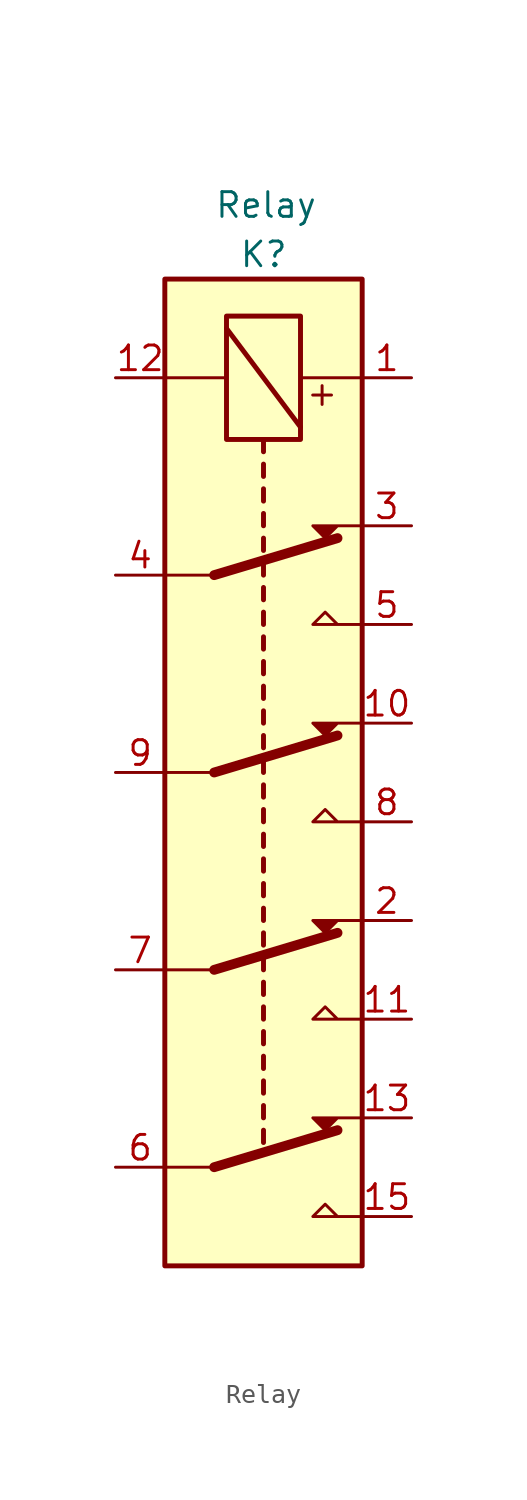
<source format=kicad_sym>
(kicad_symbol_lib
  (version 20220914)
  (generator kicad_symbol_editor)
  (symbol "Relay"
    (property "Reference" "K"
      (at 19.05 29.21 0)
      (effects (font (size 1.27 1.27)) (justify left)))
    (property "Value" "Relay"
      (at 17.78 31.75 0)
      (effects (font (size 1.27 1.27)) (justify left)))
    (symbol "Relay_1_1"
      (polyline (pts (xy 15.24 22.86) (xy 18.415 22.86)) (stroke (width 0) (type default)) (fill (type none)))
      (polyline (pts (xy 17.78 -17.78) (xy 15.24 -17.78)) (stroke (width 0) (type default)) (fill (type none)))
      (polyline (pts (xy 17.78 -17.78) (xy 24.13 -15.875)) (stroke (width 0.508) (type default)) (fill (type none)))
      (polyline (pts (xy 17.78 -7.62) (xy 15.24 -7.62)) (stroke (width 0) (type default)) (fill (type none)))
      (polyline (pts (xy 17.78 -7.62) (xy 24.13 -5.715)) (stroke (width 0.508) (type default)) (fill (type none)))
      (polyline (pts (xy 17.78 2.54) (xy 15.24 2.54)) (stroke (width 0) (type default)) (fill (type none)))
      (polyline (pts (xy 17.78 2.54) (xy 24.13 4.445)) (stroke (width 0.508) (type default)) (fill (type none)))
      (polyline (pts (xy 17.78 12.7) (xy 15.24 12.7)) (stroke (width 0) (type default)) (fill (type none)))
      (polyline (pts (xy 17.78 12.7) (xy 24.13 14.605)) (stroke (width 0.508) (type default)) (fill (type none)))
      (polyline (pts (xy 18.415 25.4) (xy 22.225 20.32)) (stroke (width 0.254) (type default)) (fill (type none)))
      (polyline (pts (xy 20.32 -15.875) (xy 20.32 -16.51)) (stroke (width 0.254) (type default)) (fill (type none)))
      (polyline (pts (xy 20.32 -14.605) (xy 20.32 -15.24)) (stroke (width 0.254) (type default)) (fill (type none)))
      (polyline (pts (xy 20.32 -13.335) (xy 20.32 -13.97)) (stroke (width 0.254) (type default)) (fill (type none)))
      (polyline (pts (xy 20.32 -12.065) (xy 20.32 -12.7)) (stroke (width 0.254) (type default)) (fill (type none)))
      (polyline (pts (xy 20.32 -10.795) (xy 20.32 -11.43)) (stroke (width 0.254) (type default)) (fill (type none)))
      (polyline (pts (xy 20.32 -9.525) (xy 20.32 -10.16)) (stroke (width 0.254) (type default)) (fill (type none)))
      (polyline (pts (xy 20.32 -8.255) (xy 20.32 -8.89)) (stroke (width 0.254) (type default)) (fill (type none)))
      (polyline (pts (xy 20.32 -6.985) (xy 20.32 -7.62)) (stroke (width 0.254) (type default)) (fill (type none)))
      (polyline (pts (xy 20.32 -5.715) (xy 20.32 -6.35)) (stroke (width 0.254) (type default)) (fill (type none)))
      (polyline (pts (xy 20.32 -4.445) (xy 20.32 -5.08)) (stroke (width 0.254) (type default)) (fill (type none)))
      (polyline (pts (xy 20.32 -3.175) (xy 20.32 -3.81)) (stroke (width 0.254) (type default)) (fill (type none)))
      (polyline (pts (xy 20.32 -1.905) (xy 20.32 -2.54)) (stroke (width 0.254) (type default)) (fill (type none)))
      (polyline (pts (xy 20.32 -0.635) (xy 20.32 -1.27)) (stroke (width 0.254) (type default)) (fill (type none)))
      (polyline (pts (xy 20.32 0.635) (xy 20.32 0)) (stroke (width 0.254) (type default)) (fill (type none)))
      (polyline (pts (xy 20.32 1.905) (xy 20.32 1.27)) (stroke (width 0.254) (type default)) (fill (type none)))
      (polyline (pts (xy 20.32 3.175) (xy 20.32 2.54)) (stroke (width 0.254) (type default)) (fill (type none)))
      (polyline (pts (xy 20.32 4.445) (xy 20.32 3.81)) (stroke (width 0.254) (type default)) (fill (type none)))
      (polyline (pts (xy 20.32 5.715) (xy 20.32 5.08)) (stroke (width 0.254) (type default)) (fill (type none)))
      (polyline (pts (xy 20.32 6.985) (xy 20.32 6.35)) (stroke (width 0.254) (type default)) (fill (type none)))
      (polyline (pts (xy 20.32 8.255) (xy 20.32 7.62)) (stroke (width 0.254) (type default)) (fill (type none)))
      (polyline (pts (xy 20.32 9.525) (xy 20.32 8.89)) (stroke (width 0.254) (type default)) (fill (type none)))
      (polyline (pts (xy 20.32 10.795) (xy 20.32 10.16)) (stroke (width 0.254) (type default)) (fill (type none)))
      (polyline (pts (xy 20.32 12.065) (xy 20.32 11.43)) (stroke (width 0.254) (type default)) (fill (type none)))
      (polyline (pts (xy 20.32 13.335) (xy 20.32 12.7)) (stroke (width 0.254) (type default)) (fill (type none)))
      (polyline (pts (xy 20.32 14.605) (xy 20.32 13.97)) (stroke (width 0.254) (type default)) (fill (type none)))
      (polyline (pts (xy 20.32 15.875) (xy 20.32 15.24)) (stroke (width 0.254) (type default)) (fill (type none)))
      (polyline (pts (xy 20.32 17.145) (xy 20.32 16.51)) (stroke (width 0.254) (type default)) (fill (type none)))
      (polyline (pts (xy 20.32 18.415) (xy 20.32 17.78)) (stroke (width 0.254) (type default)) (fill (type none)))
      (polyline (pts (xy 20.32 19.685) (xy 20.32 19.05)) (stroke (width 0.254) (type default)) (fill (type none)))
      (polyline (pts (xy 25.4 22.86) (xy 22.225 22.86)) (stroke (width 0) (type default)) (fill (type none)))
      (polyline (pts (xy 25.4 -20.32) (xy 22.86 -20.32) (xy 23.495 -19.685) (xy 24.13 -20.32)) (stroke (width 0) (type default)) (fill (type none)))
      (polyline (pts (xy 25.4 -15.24) (xy 22.86 -15.24) (xy 23.495 -15.875) (xy 24.13 -15.24)) (stroke (width 0) (type default)) (fill (type outline)))
      (polyline (pts (xy 25.4 -10.16) (xy 22.86 -10.16) (xy 23.495 -9.525) (xy 24.13 -10.16)) (stroke (width 0) (type default)) (fill (type none)))
      (polyline (pts (xy 25.4 -5.08) (xy 22.86 -5.08) (xy 23.495 -5.715) (xy 24.13 -5.08)) (stroke (width 0) (type default)) (fill (type outline)))
      (polyline (pts (xy 25.4 0) (xy 22.86 0) (xy 23.495 0.635) (xy 24.13 0)) (stroke (width 0) (type default)) (fill (type none)))
      (polyline (pts (xy 25.4 5.08) (xy 22.86 5.08) (xy 23.495 4.445) (xy 24.13 5.08)) (stroke (width 0) (type default)) (fill (type outline)))
      (polyline (pts (xy 25.4 10.16) (xy 22.86 10.16) (xy 23.495 10.795) (xy 24.13 10.16)) (stroke (width 0) (type default)) (fill (type none)))
      (polyline (pts (xy 25.4 15.24) (xy 22.86 15.24) (xy 23.495 14.605) (xy 24.13 15.24)) (stroke (width 0) (type default)) (fill (type outline)))
      (rectangle (start 15.24 27.94) (end 25.4 -22.86) (stroke (width 0.254) (type default)) (fill (type background)))
      (rectangle (start 22.225 26.035) (end 18.415 19.685) (stroke (width 0.254) (type default)) (fill (type none)))
      (text "+" (at 23.241 21.971 900) (effects (font (size 1.27 1.27))))
      (pin passive line (at 27.94 22.86 180) (length 2.54) (name "~" (effects (font (size 1.27 1.27)))) (number "1" (effects (font (size 1.27 1.27)))))
      (pin passive line (at 27.94 5.08 180) (length 2.54) (name "~" (effects (font (size 1.27 1.27)))) (number "10" (effects (font (size 1.27 1.27)))))
      (pin passive line (at 27.94 -10.16 180) (length 2.54) (name "~" (effects (font (size 1.27 1.27)))) (number "11" (effects (font (size 1.27 1.27)))))
      (pin passive line (at 12.7 22.86 0) (length 2.54) (name "~" (effects (font (size 1.27 1.27)))) (number "12" (effects (font (size 1.27 1.27)))))
      (pin passive line (at 27.94 -15.24 180) (length 2.54) (name "~" (effects (font (size 1.27 1.27)))) (number "13" (effects (font (size 1.27 1.27)))))
      (pin passive line (at 27.94 -20.32 180) (length 2.54) (name "~" (effects (font (size 1.27 1.27)))) (number "15" (effects (font (size 1.27 1.27)))))
      (pin passive line (at 27.94 -5.08 180) (length 2.54) (name "~" (effects (font (size 1.27 1.27)))) (number "2" (effects (font (size 1.27 1.27)))))
      (pin passive line (at 27.94 15.24 180) (length 2.54) (name "~" (effects (font (size 1.27 1.27)))) (number "3" (effects (font (size 1.27 1.27)))))
      (pin passive line (at 12.7 12.7 0) (length 2.54) (name "~" (effects (font (size 1.27 1.27)))) (number "4" (effects (font (size 1.27 1.27)))))
      (pin passive line (at 27.94 10.16 180) (length 2.54) (name "~" (effects (font (size 1.27 1.27)))) (number "5" (effects (font (size 1.27 1.27)))))
      (pin passive line (at 12.7 -17.78 0) (length 2.54) (name "~" (effects (font (size 1.27 1.27)))) (number "6" (effects (font (size 1.27 1.27)))))
      (pin passive line (at 12.7 -7.62 0) (length 2.54) (name "~" (effects (font (size 1.27 1.27)))) (number "7" (effects (font (size 1.27 1.27)))))
      (pin passive line (at 27.94 0 180) (length 2.54) (name "~" (effects (font (size 1.27 1.27)))) (number "8" (effects (font (size 1.27 1.27)))))
      (pin passive line (at 12.7 2.54 0) (length 2.54) (name "~" (effects (font (size 1.27 1.27)))) (number "9" (effects (font (size 1.27 1.27))))))))
</source>
